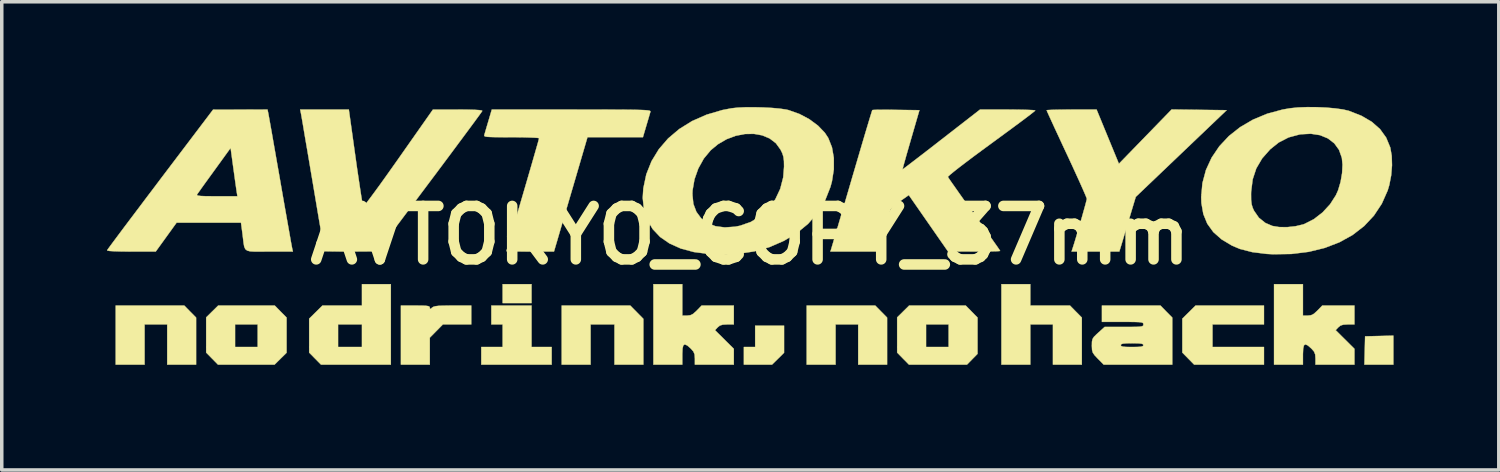
<source format=kicad_pcb>
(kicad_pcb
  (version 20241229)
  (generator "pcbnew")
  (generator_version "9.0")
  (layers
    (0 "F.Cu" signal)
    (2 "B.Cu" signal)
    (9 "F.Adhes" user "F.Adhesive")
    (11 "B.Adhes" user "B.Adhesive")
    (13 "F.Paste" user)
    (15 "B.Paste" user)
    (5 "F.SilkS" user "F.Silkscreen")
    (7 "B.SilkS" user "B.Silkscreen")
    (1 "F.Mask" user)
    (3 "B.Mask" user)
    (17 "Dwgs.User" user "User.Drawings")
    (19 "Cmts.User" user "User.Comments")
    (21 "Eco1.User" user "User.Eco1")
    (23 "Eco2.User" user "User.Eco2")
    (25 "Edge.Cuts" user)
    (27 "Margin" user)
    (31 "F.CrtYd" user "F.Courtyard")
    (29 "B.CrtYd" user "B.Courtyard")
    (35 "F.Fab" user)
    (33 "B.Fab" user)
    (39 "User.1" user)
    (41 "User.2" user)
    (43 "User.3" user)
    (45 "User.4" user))
  (footprint "AVTOKYO_COPY_37mm"
    (layer "F.Cu")
    (at 18.341 3.657)
    (property "Reference" "AVTOKYO_COPY_37mm" (at 0 0 0) (layer "F.SilkS") (effects (font (size 1.524 1.524) (thickness 0.3))))
    (attr through_hole)
    (fp_poly (pts (xy -6.234 1.935) (xy -7.058 1.935) (xy -7.058 1.397) (xy -6.234 1.397) (xy -6.234 1.935)) (stroke (width 0.01) (type solid)) (fill yes) (layer "F.SilkS"))
    (fp_poly (pts (xy 18.342 3.69) (xy 17.516 3.69) (xy 17.526 3.287) (xy 17.536 2.884) (xy 17.939 2.874) (xy 18.342 2.864) (xy 18.342 3.69)) (stroke (width 0.01) (type solid)) (fill yes) (layer "F.SilkS"))
    (fp_poly (pts (xy 0.967 3.352) (xy 0.796 3.521) (xy 0.624 3.69) (xy -0.179 3.69) (xy -0.179 3.188) (xy 0.143 3.188) (xy 0.143 2.579) (xy 0.967 2.579) (xy 0.967 3.352)) (stroke (width 0.01) (type solid)) (fill yes) (layer "F.SilkS"))
    (fp_poly (pts (xy -15.968 2.178) (xy -15.799 2.349) (xy -15.799 3.69) (xy -16.623 3.69) (xy -16.623 2.544) (xy -17.268 2.544) (xy -17.268 3.69) (xy -18.092 3.69) (xy -18.092 2.006) (xy -16.137 2.006) (xy -15.968 2.178)) (stroke (width 0.01) (type solid)) (fill yes) (layer "F.SilkS"))
    (fp_poly (pts (xy -6.234 3.188) (xy -5.66 3.188) (xy -5.66 3.69) (xy -7.667 3.69) (xy -7.667 3.188) (xy -7.058 3.188) (xy -7.058 2.544) (xy -7.38 2.544) (xy -7.38 2.006) (xy -6.234 2.006) (xy -6.234 3.188)) (stroke (width 0.01) (type solid)) (fill yes) (layer "F.SilkS"))
    (fp_poly (pts (xy -3.232 2.195) (xy -3.045 2.385) (xy -3.045 3.69) (xy -3.869 3.69) (xy -3.869 2.544) (xy -4.55 2.544) (xy -4.55 3.69) (xy -5.374 3.69) (xy -5.374 2.006) (xy -3.419 2.006) (xy -3.232 2.195)) (stroke (width 0.01) (type solid)) (fill yes) (layer "F.SilkS"))
    (fp_poly (pts (xy 3.736 2.178) (xy 3.905 2.349) (xy 3.905 3.69) (xy 3.081 3.69) (xy 3.081 2.544) (xy 2.436 2.544) (xy 2.436 3.69) (xy 1.612 3.69) (xy 1.612 2.006) (xy 3.567 2.006) (xy 3.736 2.178)) (stroke (width 0.01) (type solid)) (fill yes) (layer "F.SilkS"))
    (fp_poly (pts (xy 7.989 2.006) (xy 9.12 2.006) (xy 9.289 2.178) (xy 9.458 2.349) (xy 9.458 3.69) (xy 8.634 3.69) (xy 8.634 2.544) (xy 7.989 2.544) (xy 7.989 3.69) (xy 7.165 3.69) (xy 7.165 1.397) (xy 7.989 1.397) (xy 7.989 2.006)) (stroke (width 0.01) (type solid)) (fill yes) (layer "F.SilkS"))
    (fp_poly (pts (xy 14.652 2.544) (xy 13.184 2.544) (xy 13.184 3.188) (xy 14.652 3.188) (xy 14.652 3.69) (xy 12.661 3.69) (xy 12.493 3.519) (xy 12.324 3.347) (xy 12.324 2.38) (xy 12.513 2.193) (xy 12.702 2.006) (xy 14.652 2.006) (xy 14.652 2.544)) (stroke (width 0.01) (type solid)) (fill yes) (layer "F.SilkS"))
    (fp_poly (pts (xy -10.246 3.69) (xy -12.237 3.69) (xy -12.406 3.519) (xy -12.575 3.347) (xy -12.575 2.544) (xy -11.751 2.544) (xy -11.751 3.188) (xy -11.07 3.188) (xy -11.07 2.544) (xy -11.751 2.544) (xy -12.575 2.544) (xy -12.575 2.38) (xy -12.196 2.006) (xy -11.07 2.006) (xy -11.07 1.397) (xy -10.246 1.397) (xy -10.246 3.69)) (stroke (width 0.01) (type solid)) (fill yes) (layer "F.SilkS"))
    (fp_poly (pts (xy -13.388 2.178) (xy -13.219 2.349) (xy -13.219 3.352) (xy -13.391 3.521) (xy -13.562 3.69) (xy -15.175 3.69) (xy -15.343 3.519) (xy -15.512 3.347) (xy -15.512 2.544) (xy -14.688 2.544) (xy -14.688 3.188) (xy -14.043 3.188) (xy -14.043 2.544) (xy -14.688 2.544) (xy -15.512 2.544) (xy -15.512 2.344) (xy -15.341 2.175) (xy -15.169 2.006) (xy -13.557 2.006) (xy -13.388 2.178)) (stroke (width 0.01) (type solid)) (fill yes) (layer "F.SilkS"))
    (fp_poly (pts (xy 6.316 2.178) (xy 6.484 2.349) (xy 6.484 3.383) (xy 6.334 3.536) (xy 6.183 3.69) (xy 4.529 3.69) (xy 4.36 3.519) (xy 4.192 3.347) (xy 4.192 2.544) (xy 5.016 2.544) (xy 5.016 3.188) (xy 5.66 3.188) (xy 5.66 2.544) (xy 5.016 2.544) (xy 4.192 2.544) (xy 4.192 2.344) (xy 4.363 2.175) (xy 4.534 2.006) (xy 6.147 2.006) (xy 6.316 2.178)) (stroke (width 0.01) (type solid)) (fill yes) (layer "F.SilkS"))
    (fp_poly (pts (xy -9.369 2.007) (xy -9.25 2.012) (xy -9.179 2.022) (xy -9.145 2.038) (xy -9.135 2.063) (xy -9.135 2.065) (xy -9.13 2.105) (xy -9.103 2.094) (xy -9.07 2.065) (xy -9.033 2.042) (xy -8.975 2.025) (xy -8.885 2.014) (xy -8.75 2.009) (xy -8.56 2.006) (xy -8.479 2.006) (xy -7.953 2.006) (xy -7.953 2.544) (xy -8.762 2.544) (xy -9.135 2.922) (xy -9.135 3.69) (xy -9.959 3.69) (xy -9.959 2.006) (xy -9.547 2.006) (xy -9.369 2.007)) (stroke (width 0.01) (type solid)) (fill yes) (layer "F.SilkS"))
    (fp_poly (pts (xy -1.935 2.293) (xy -1.799 2.293) (xy -1.705 2.282) (xy -1.624 2.242) (xy -1.53 2.157) (xy -1.523 2.15) (xy -1.383 2.006) (xy -0.466 2.006) (xy -0.466 2.544) (xy -0.657 2.544) (xy -0.784 2.551) (xy -0.866 2.578) (xy -0.925 2.626) (xy -1.002 2.708) (xy -0.466 3.24) (xy -0.466 3.69) (xy -1.576 3.69) (xy -1.576 3.518) (xy -1.584 3.4) (xy -1.618 3.317) (xy -1.693 3.232) (xy -1.694 3.231) (xy -1.794 3.144) (xy -1.863 3.113) (xy -1.906 3.14) (xy -1.928 3.231) (xy -1.935 3.389) (xy -1.935 3.403) (xy -1.935 3.69) (xy -2.759 3.69) (xy -2.759 1.397) (xy -1.935 1.397) (xy -1.935 2.293)) (stroke (width 0.01) (type solid)) (fill yes) (layer "F.SilkS"))
    (fp_poly (pts (xy 15.763 2.293) (xy 15.899 2.293) (xy 15.993 2.282) (xy 16.074 2.242) (xy 16.168 2.157) (xy 16.175 2.15) (xy 16.315 2.006) (xy 17.232 2.006) (xy 17.232 2.544) (xy 17.041 2.544) (xy 16.914 2.551) (xy 16.831 2.578) (xy 16.773 2.626) (xy 16.696 2.708) (xy 17.232 3.24) (xy 17.232 3.69) (xy 16.121 3.69) (xy 16.121 3.518) (xy 16.113 3.4) (xy 16.079 3.317) (xy 16.004 3.232) (xy 16.003 3.231) (xy 15.903 3.144) (xy 15.835 3.113) (xy 15.792 3.14) (xy 15.77 3.231) (xy 15.763 3.389) (xy 15.763 3.403) (xy 15.763 3.69) (xy 14.939 3.69) (xy 14.939 1.397) (xy 15.763 1.397) (xy 15.763 2.293)) (stroke (width 0.01) (type solid)) (fill yes) (layer "F.SilkS"))
    (fp_poly (pts (xy 12.804 -3.575) (xy 13.588 -3.565) (xy 12.292 -2.329) (xy 10.996 -1.093) (xy 10.904 -0.788) (xy 10.851 -0.611) (xy 10.789 -0.402) (xy 10.727 -0.195) (xy 10.706 -0.125) (xy 10.657 0.038) (xy 10.612 0.189) (xy 10.577 0.304) (xy 10.563 0.349) (xy 10.527 0.466) (xy 9.166 0.466) (xy 9.192 0.385) (xy 9.236 0.247) (xy 9.288 0.075) (xy 9.345 -0.118) (xy 9.404 -0.321) (xy 9.462 -0.52) (xy 9.513 -0.703) (xy 9.556 -0.857) (xy 9.586 -0.971) (xy 9.601 -1.032) (xy 9.601 -1.037) (xy 9.586 -1.081) (xy 9.544 -1.182) (xy 9.478 -1.333) (xy 9.392 -1.526) (xy 9.288 -1.754) (xy 9.171 -2.01) (xy 9.043 -2.286) (xy 9.028 -2.317) (xy 8.899 -2.593) (xy 8.781 -2.848) (xy 8.675 -3.075) (xy 8.587 -3.268) (xy 8.518 -3.418) (xy 8.473 -3.518) (xy 8.455 -3.562) (xy 8.455 -3.563) (xy 8.489 -3.569) (xy 8.584 -3.574) (xy 8.729 -3.578) (xy 8.913 -3.581) (xy 9.126 -3.582) (xy 9.167 -3.583) (xy 9.879 -3.583) (xy 10.197 -2.81) (xy 10.515 -2.037) (xy 11.267 -2.811) (xy 12.019 -3.585) (xy 12.804 -3.575)) (stroke (width 0.01) (type solid)) (fill yes) (layer "F.SilkS"))
    (fp_poly (pts (xy 11.868 2.178) (xy 12.037 2.349) (xy 12.037 3.69) (xy 10.082 3.69) (xy 9.913 3.519) (xy 9.822 3.423) (xy 9.772 3.35) (xy 9.75 3.275) (xy 9.745 3.173) (xy 9.744 3.146) (xy 9.745 3.135) (xy 10.568 3.135) (xy 10.581 3.161) (xy 10.627 3.177) (xy 10.718 3.186) (xy 10.867 3.188) (xy 10.891 3.188) (xy 11.048 3.186) (xy 11.146 3.179) (xy 11.197 3.163) (xy 11.213 3.139) (xy 11.213 3.135) (xy 11.201 3.108) (xy 11.155 3.092) (xy 11.063 3.084) (xy 10.914 3.081) (xy 10.891 3.081) (xy 10.734 3.083) (xy 10.636 3.091) (xy 10.585 3.106) (xy 10.569 3.131) (xy 10.568 3.135) (xy 9.745 3.135) (xy 9.747 3.037) (xy 9.763 2.962) (xy 9.804 2.898) (xy 9.882 2.821) (xy 9.927 2.78) (xy 10.11 2.615) (xy 10.662 2.615) (xy 10.871 2.615) (xy 11.02 2.613) (xy 11.118 2.607) (xy 11.176 2.597) (xy 11.204 2.581) (xy 11.213 2.558) (xy 11.213 2.544) (xy 11.21 2.517) (xy 11.193 2.498) (xy 11.153 2.485) (xy 11.08 2.478) (xy 10.962 2.474) (xy 10.791 2.472) (xy 10.622 2.472) (xy 10.031 2.472) (xy 10.031 2.006) (xy 11.7 2.006) (xy 11.868 2.178)) (stroke (width 0.01) (type solid)) (fill yes) (layer "F.SilkS"))
    (fp_poly (pts (xy -11.252 -2.212) (xy -11.209 -1.907) (xy -11.167 -1.624) (xy -11.129 -1.371) (xy -11.096 -1.155) (xy -11.069 -0.986) (xy -11.048 -0.871) (xy -11.036 -0.816) (xy -11.035 -0.814) (xy -11.01 -0.836) (xy -10.948 -0.912) (xy -10.854 -1.036) (xy -10.731 -1.202) (xy -10.583 -1.404) (xy -10.415 -1.638) (xy -10.231 -1.897) (xy -10.034 -2.175) (xy -10.028 -2.184) (xy -9.046 -3.582) (xy -8.335 -3.582) (xy -8.062 -3.581) (xy -7.858 -3.576) (xy -7.722 -3.567) (xy -7.65 -3.556) (xy -7.638 -3.544) (xy -7.661 -3.51) (xy -7.723 -3.423) (xy -7.822 -3.288) (xy -7.953 -3.11) (xy -8.113 -2.894) (xy -8.299 -2.644) (xy -8.506 -2.365) (xy -8.732 -2.062) (xy -8.973 -1.739) (xy -9.136 -1.522) (xy -10.622 0.462) (xy -11.383 0.464) (xy -11.608 0.464) (xy -11.807 0.463) (xy -11.969 0.461) (xy -12.083 0.459) (xy -12.14 0.456) (xy -12.145 0.455) (xy -12.15 0.417) (xy -12.167 0.317) (xy -12.193 0.161) (xy -12.227 -0.042) (xy -12.267 -0.284) (xy -12.314 -0.558) (xy -12.364 -0.856) (xy -12.417 -1.17) (xy -12.471 -1.492) (xy -12.526 -1.815) (xy -12.579 -2.131) (xy -12.63 -2.431) (xy -12.678 -2.709) (xy -12.72 -2.957) (xy -12.755 -3.166) (xy -12.783 -3.329) (xy -12.802 -3.437) (xy -12.811 -3.484) (xy -12.831 -3.583) (xy -11.444 -3.583) (xy -11.252 -2.212)) (stroke (width 0.01) (type solid)) (fill yes) (layer "F.SilkS"))
    (fp_poly (pts (xy -4.637 -3.582) (xy -4.243 -3.582) (xy -3.911 -3.581) (xy -3.636 -3.58) (xy -3.411 -3.578) (xy -3.233 -3.575) (xy -3.096 -3.571) (xy -2.994 -3.566) (xy -2.923 -3.56) (xy -2.878 -3.553) (xy -2.853 -3.543) (xy -2.843 -3.533) (xy -2.844 -3.52) (xy -2.844 -3.52) (xy -2.862 -3.459) (xy -2.894 -3.349) (xy -2.936 -3.207) (xy -2.96 -3.126) (xy -3.058 -2.794) (xy -3.849 -2.794) (xy -4.639 -2.794) (xy -5.061 -1.352) (xy -5.154 -1.036) (xy -5.242 -0.735) (xy -5.323 -0.457) (xy -5.396 -0.21) (xy -5.456 -0.004) (xy -5.502 0.154) (xy -5.532 0.255) (xy -5.539 0.278) (xy -5.594 0.466) (xy -6.272 0.466) (xy -6.484 0.465) (xy -6.668 0.464) (xy -6.815 0.461) (xy -6.912 0.458) (xy -6.95 0.455) (xy -6.95 0.454) (xy -6.94 0.419) (xy -6.912 0.321) (xy -6.868 0.169) (xy -6.81 -0.032) (xy -6.739 -0.274) (xy -6.658 -0.551) (xy -6.569 -0.856) (xy -6.484 -1.146) (xy -6.389 -1.471) (xy -6.301 -1.774) (xy -6.221 -2.05) (xy -6.152 -2.29) (xy -6.095 -2.489) (xy -6.052 -2.639) (xy -6.026 -2.734) (xy -6.019 -2.765) (xy -6.053 -2.774) (xy -6.148 -2.781) (xy -6.295 -2.787) (xy -6.483 -2.792) (xy -6.702 -2.794) (xy -6.809 -2.794) (xy -7.067 -2.795) (xy -7.261 -2.796) (xy -7.401 -2.8) (xy -7.495 -2.805) (xy -7.551 -2.814) (xy -7.578 -2.827) (xy -7.584 -2.845) (xy -7.581 -2.857) (xy -7.563 -2.918) (xy -7.531 -3.028) (xy -7.489 -3.17) (xy -7.465 -3.251) (xy -7.367 -3.583) (xy -5.096 -3.583) (xy -4.637 -3.582)) (stroke (width 0.01) (type solid)) (fill yes) (layer "F.SilkS"))
    (fp_poly (pts (xy -13.742 -3.484) (xy -13.732 -3.43) (xy -13.711 -3.313) (xy -13.68 -3.139) (xy -13.64 -2.916) (xy -13.594 -2.65) (xy -13.541 -2.349) (xy -13.483 -2.019) (xy -13.421 -1.668) (xy -13.399 -1.54) (xy -13.337 -1.184) (xy -13.278 -0.847) (xy -13.223 -0.536) (xy -13.174 -0.259) (xy -13.132 -0.023) (xy -13.099 0.166) (xy -13.074 0.301) (xy -13.06 0.375) (xy -13.058 0.385) (xy -13.039 0.466) (xy -13.716 0.466) (xy -13.956 0.467) (xy -14.133 0.467) (xy -14.259 0.46) (xy -14.343 0.438) (xy -14.396 0.396) (xy -14.427 0.326) (xy -14.445 0.224) (xy -14.462 0.081) (xy -14.475 -0.027) (xy -14.519 -0.358) (xy -16.355 -0.358) (xy -16.95 0.466) (xy -17.649 0.466) (xy -17.92 0.464) (xy -18.125 0.458) (xy -18.262 0.45) (xy -18.329 0.437) (xy -18.336 0.429) (xy -18.313 0.395) (xy -18.25 0.309) (xy -18.151 0.175) (xy -18.019 -0.002) (xy -17.858 -0.218) (xy -17.671 -0.466) (xy -17.461 -0.744) (xy -17.234 -1.046) (xy -17.149 -1.158) (xy -15.774 -1.158) (xy -15.772 -1.14) (xy -15.738 -1.127) (xy -15.662 -1.118) (xy -15.536 -1.113) (xy -15.351 -1.111) (xy -15.212 -1.111) (xy -14.621 -1.111) (xy -14.64 -1.228) (xy -14.651 -1.303) (xy -14.67 -1.434) (xy -14.694 -1.606) (xy -14.721 -1.802) (xy -14.737 -1.916) (xy -14.815 -2.488) (xy -15.28 -1.846) (xy -15.417 -1.657) (xy -15.541 -1.486) (xy -15.645 -1.341) (xy -15.722 -1.232) (xy -15.766 -1.169) (xy -15.774 -1.158) (xy -17.149 -1.158) (xy -16.99 -1.368) (xy -16.82 -1.594) (xy -15.315 -3.58) (xy -14.539 -3.581) (xy -13.763 -3.583) (xy -13.742 -3.484)) (stroke (width 0.01) (type solid)) (fill yes) (layer "F.SilkS"))
    (fp_poly (pts (xy 0.368 -3.643) (xy 0.618 -3.63) (xy 0.841 -3.61) (xy 1.021 -3.584) (xy 1.093 -3.568) (xy 1.404 -3.458) (xy 1.688 -3.307) (xy 1.934 -3.125) (xy 2.13 -2.921) (xy 2.228 -2.771) (xy 2.333 -2.506) (xy 2.386 -2.204) (xy 2.386 -1.877) (xy 2.333 -1.537) (xy 2.29 -1.378) (xy 2.134 -0.983) (xy 1.921 -0.632) (xy 1.65 -0.323) (xy 1.322 -0.054) (xy 0.967 0.158) (xy 0.556 0.337) (xy 0.121 0.461) (xy -0.347 0.531) (xy -0.854 0.548) (xy -1.182 0.534) (xy -1.604 0.48) (xy -1.977 0.38) (xy -2.298 0.236) (xy -2.566 0.051) (xy -2.779 -0.174) (xy -2.934 -0.435) (xy -3.029 -0.732) (xy -3.063 -1.062) (xy -3.057 -1.162) (xy -1.647 -1.162) (xy -1.619 -0.893) (xy -1.533 -0.666) (xy -1.396 -0.481) (xy -1.212 -0.344) (xy -0.986 -0.256) (xy -0.723 -0.222) (xy -0.426 -0.243) (xy -0.289 -0.27) (xy 0.019 -0.378) (xy 0.293 -0.544) (xy 0.527 -0.762) (xy 0.718 -1.024) (xy 0.858 -1.322) (xy 0.943 -1.65) (xy 0.967 -1.955) (xy 0.964 -2.117) (xy 0.949 -2.235) (xy 0.917 -2.337) (xy 0.867 -2.44) (xy 0.734 -2.623) (xy 0.556 -2.759) (xy 0.343 -2.848) (xy 0.105 -2.89) (xy -0.15 -2.886) (xy -0.412 -2.835) (xy -0.671 -2.738) (xy -0.918 -2.594) (xy -1.126 -2.422) (xy -1.321 -2.186) (xy -1.478 -1.904) (xy -1.587 -1.596) (xy -1.642 -1.279) (xy -1.647 -1.162) (xy -3.057 -1.162) (xy -3.046 -1.335) (xy -2.961 -1.737) (xy -2.812 -2.111) (xy -2.603 -2.453) (xy -2.338 -2.76) (xy -2.021 -3.028) (xy -1.655 -3.255) (xy -1.244 -3.436) (xy -0.792 -3.569) (xy -0.532 -3.619) (xy -0.357 -3.638) (xy -0.137 -3.648) (xy 0.111 -3.649) (xy 0.368 -3.643)) (stroke (width 0.01) (type solid)) (fill yes) (layer "F.SilkS"))
    (fp_poly (pts (xy 16.154 -3.651) (xy 16.429 -3.639) (xy 16.686 -3.616) (xy 16.907 -3.585) (xy 17.071 -3.547) (xy 17.43 -3.406) (xy 17.726 -3.233) (xy 17.961 -3.026) (xy 18.136 -2.784) (xy 18.252 -2.504) (xy 18.255 -2.492) (xy 18.295 -2.263) (xy 18.303 -1.995) (xy 18.28 -1.71) (xy 18.226 -1.432) (xy 18.18 -1.277) (xy 18.012 -0.898) (xy 17.787 -0.559) (xy 17.508 -0.261) (xy 17.18 -0.007) (xy 16.804 0.201) (xy 16.386 0.362) (xy 15.928 0.474) (xy 15.435 0.535) (xy 14.909 0.543) (xy 14.724 0.533) (xy 14.317 0.482) (xy 13.964 0.391) (xy 13.741 0.297) (xy 13.442 0.118) (xy 13.207 -0.09) (xy 13.035 -0.329) (xy 12.923 -0.603) (xy 12.868 -0.917) (xy 12.862 -1.09) (xy 12.869 -1.167) (xy 14.284 -1.167) (xy 14.286 -1.001) (xy 14.3 -0.88) (xy 14.332 -0.777) (xy 14.368 -0.698) (xy 14.506 -0.499) (xy 14.693 -0.349) (xy 14.893 -0.264) (xy 15.087 -0.232) (xy 15.316 -0.23) (xy 15.553 -0.256) (xy 15.768 -0.307) (xy 15.807 -0.321) (xy 16.074 -0.457) (xy 16.322 -0.649) (xy 16.537 -0.882) (xy 16.704 -1.142) (xy 16.767 -1.284) (xy 16.837 -1.521) (xy 16.88 -1.772) (xy 16.892 -2.012) (xy 16.873 -2.206) (xy 16.792 -2.434) (xy 16.657 -2.62) (xy 16.474 -2.761) (xy 16.25 -2.853) (xy 15.989 -2.893) (xy 15.7 -2.878) (xy 15.669 -2.873) (xy 15.355 -2.789) (xy 15.074 -2.645) (xy 14.829 -2.449) (xy 14.599 -2.188) (xy 14.433 -1.905) (xy 14.33 -1.593) (xy 14.286 -1.244) (xy 14.284 -1.167) (xy 12.869 -1.167) (xy 12.897 -1.485) (xy 12.998 -1.861) (xy 13.16 -2.212) (xy 13.379 -2.536) (xy 13.651 -2.827) (xy 13.972 -3.081) (xy 14.338 -3.295) (xy 14.743 -3.464) (xy 15.184 -3.583) (xy 15.399 -3.62) (xy 15.621 -3.643) (xy 15.879 -3.652) (xy 16.154 -3.651)) (stroke (width 0.01) (type solid)) (fill yes) (layer "F.SilkS"))
    (fp_poly (pts (xy 7.573 -3.581) (xy 7.776 -3.578) (xy 7.942 -3.573) (xy 8.061 -3.567) (xy 8.124 -3.559) (xy 8.131 -3.556) (xy 8.103 -3.53) (xy 8.022 -3.466) (xy 7.896 -3.369) (xy 7.729 -3.244) (xy 7.527 -3.094) (xy 7.297 -2.925) (xy 7.045 -2.74) (xy 6.876 -2.616) (xy 6.603 -2.416) (xy 6.353 -2.231) (xy 6.132 -2.064) (xy 5.945 -1.921) (xy 5.798 -1.805) (xy 5.696 -1.721) (xy 5.644 -1.672) (xy 5.639 -1.662) (xy 5.663 -1.624) (xy 5.724 -1.534) (xy 5.818 -1.401) (xy 5.938 -1.23) (xy 6.081 -1.028) (xy 6.242 -0.804) (xy 6.392 -0.594) (xy 6.563 -0.356) (xy 6.72 -0.136) (xy 6.859 0.058) (xy 6.973 0.221) (xy 7.06 0.344) (xy 7.113 0.422) (xy 7.129 0.448) (xy 7.095 0.453) (xy 7 0.458) (xy 6.854 0.461) (xy 6.668 0.464) (xy 6.453 0.465) (xy 6.386 0.465) (xy 5.642 0.463) (xy 4.524 -1.144) (xy 4.27 -0.965) (xy 4.153 -0.877) (xy 4.06 -0.797) (xy 4.006 -0.738) (xy 3.999 -0.725) (xy 3.981 -0.663) (xy 3.949 -0.553) (xy 3.908 -0.414) (xy 3.892 -0.358) (xy 3.838 -0.177) (xy 3.781 0.019) (xy 3.731 0.19) (xy 3.727 0.206) (xy 3.651 0.466) (xy 2.288 0.466) (xy 2.314 0.385) (xy 2.328 0.336) (xy 2.361 0.226) (xy 2.41 0.059) (xy 2.474 -0.157) (xy 2.55 -0.416) (xy 2.636 -0.711) (xy 2.732 -1.036) (xy 2.834 -1.384) (xy 2.904 -1.624) (xy 3.009 -1.981) (xy 3.108 -2.318) (xy 3.199 -2.627) (xy 3.281 -2.904) (xy 3.352 -3.14) (xy 3.409 -3.331) (xy 3.452 -3.469) (xy 3.477 -3.55) (xy 3.484 -3.568) (xy 3.524 -3.573) (xy 3.623 -3.576) (xy 3.771 -3.577) (xy 3.956 -3.577) (xy 4.164 -3.574) (xy 4.827 -3.565) (xy 4.583 -2.724) (xy 4.516 -2.491) (xy 4.456 -2.283) (xy 4.407 -2.108) (xy 4.37 -1.976) (xy 4.35 -1.897) (xy 4.346 -1.877) (xy 4.375 -1.897) (xy 4.454 -1.956) (xy 4.577 -2.05) (xy 4.739 -2.174) (xy 4.933 -2.323) (xy 5.153 -2.493) (xy 5.392 -2.679) (xy 5.454 -2.727) (xy 6.556 -3.583) (xy 7.344 -3.583) (xy 7.573 -3.581)) (stroke (width 0.01) (type solid)) (fill yes) (layer "F.SilkS")))
  (gr_rect
    (start -3 -3)
    (end 39.689 10.352)
    (stroke (width 0.1) (type default))
    (fill no)
    (layer "Edge.Cuts")))
</source>
